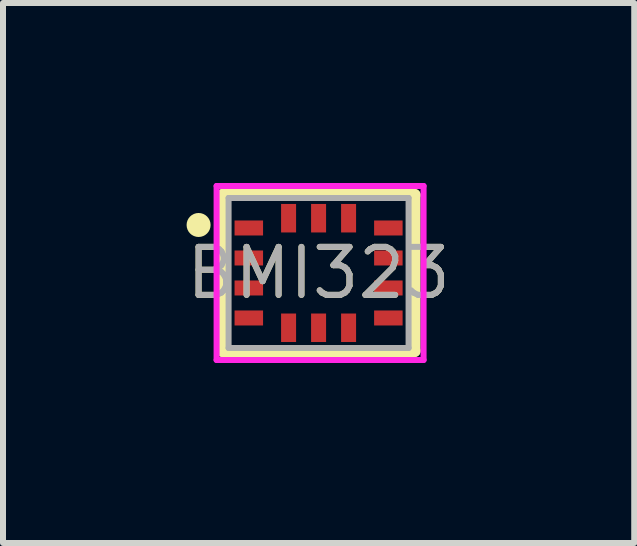
<source format=kicad_pcb>
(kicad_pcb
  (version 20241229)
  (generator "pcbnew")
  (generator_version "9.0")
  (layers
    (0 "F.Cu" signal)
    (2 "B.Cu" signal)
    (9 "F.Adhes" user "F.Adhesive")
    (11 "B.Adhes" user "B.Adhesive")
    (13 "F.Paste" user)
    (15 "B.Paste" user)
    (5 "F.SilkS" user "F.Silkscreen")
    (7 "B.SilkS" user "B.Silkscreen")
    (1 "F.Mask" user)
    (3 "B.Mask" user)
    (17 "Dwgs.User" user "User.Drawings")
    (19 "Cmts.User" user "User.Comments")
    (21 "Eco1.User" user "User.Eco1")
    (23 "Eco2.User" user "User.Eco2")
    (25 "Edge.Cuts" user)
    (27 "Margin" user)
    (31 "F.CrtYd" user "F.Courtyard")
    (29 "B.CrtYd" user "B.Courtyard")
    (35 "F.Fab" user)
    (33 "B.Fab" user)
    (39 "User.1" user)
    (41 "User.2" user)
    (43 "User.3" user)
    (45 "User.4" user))
  (footprint "BMI323"
    (layer "F.Cu")
    (at 2.26 1.5)
    (property "Reference" "BMI323" (at 0 0 0) (layer "F.SilkS") (effects (font (size 0.8 0.8) (thickness 0.1))))
    (attr smd)
    (fp_line (start -1.6 -1.3) (end 1.6 -1.3) (stroke (width 0.2) (type solid)) (layer "F.SilkS"))
    (fp_line (start -1.6 1.3) (end -1.6 -1.3) (stroke (width 0.2) (type solid)) (layer "F.SilkS"))
    (fp_line (start 1.6 -1.3) (end 1.6 1.3) (stroke (width 0.2) (type solid)) (layer "F.SilkS"))
    (fp_line (start 1.6 1.3) (end -1.6 1.3) (stroke (width 0.2) (type solid)) (layer "F.SilkS"))
    (fp_circle (center -2 -0.8) (end -2 -0.7) (stroke (width 0.2) (type solid)) (fill no) (layer "F.SilkS"))
    (fp_line (start -1.7 -1.45) (end 1.75 -1.45) (stroke (width 0.1) (type solid)) (layer "F.CrtYd"))
    (fp_line (start -1.7 1.45) (end -1.7 -1.45) (stroke (width 0.1) (type solid)) (layer "F.CrtYd"))
    (fp_line (start 1.75 -1.45) (end 1.75 1.45) (stroke (width 0.1) (type solid)) (layer "F.CrtYd"))
    (fp_line (start 1.75 1.45) (end -1.7 1.45) (stroke (width 0.1) (type solid)) (layer "F.CrtYd"))
    (fp_line (start -1.5 -1.25) (end 1.5 -1.25) (stroke (width 0.1) (type solid)) (layer "F.Fab"))
    (fp_line (start -1.5 1.25) (end -1.5 -1.25) (stroke (width 0.1) (type solid)) (layer "F.Fab"))
    (fp_line (start 1.5 -1.25) (end 1.5 1.25) (stroke (width 0.1) (type solid)) (layer "F.Fab"))
    (fp_line (start 1.5 1.25) (end -1.5 1.25) (stroke (width 0.1) (type solid)) (layer "F.Fab"))
    (fp_text user "${REFERENCE}" (at 0 0 0) (layer "F.Fab") (effects (font (size 0.8 0.8) (thickness 0.1))))
    (pad "1" smd rect (at -1.163 -0.75 90) (size 0.25 0.475) (layers "F.Cu" "F.Mask" "F.Paste"))
    (pad "2" smd rect (at -1.163 -0.25 90) (size 0.25 0.475) (layers "F.Cu" "F.Mask" "F.Paste"))
    (pad "3" smd rect (at -1.163 0.25 90) (size 0.25 0.475) (layers "F.Cu" "F.Mask" "F.Paste"))
    (pad "4" smd rect (at -1.163 0.75 90) (size 0.25 0.475) (layers "F.Cu" "F.Mask" "F.Paste"))
    (pad "5" smd rect (at -0.5 0.913) (size 0.25 0.475) (layers "F.Cu" "F.Mask" "F.Paste"))
    (pad "6" smd rect (at 0 0.913) (size 0.25 0.475) (layers "F.Cu" "F.Mask" "F.Paste"))
    (pad "7" smd rect (at 0.5 0.913) (size 0.25 0.475) (layers "F.Cu" "F.Mask" "F.Paste"))
    (pad "8" smd rect (at 1.163 0.75 90) (size 0.25 0.475) (layers "F.Cu" "F.Mask" "F.Paste"))
    (pad "9" smd rect (at 1.163 0.25 90) (size 0.25 0.475) (layers "F.Cu" "F.Mask" "F.Paste"))
    (pad "10" smd rect (at 1.163 -0.25 90) (size 0.25 0.475) (layers "F.Cu" "F.Mask" "F.Paste"))
    (pad "11" smd rect (at 1.163 -0.75 90) (size 0.25 0.475) (layers "F.Cu" "F.Mask" "F.Paste"))
    (pad "12" smd rect (at 0.5 -0.913) (size 0.25 0.475) (layers "F.Cu" "F.Mask" "F.Paste"))
    (pad "13" smd rect (at 0 -0.913) (size 0.25 0.475) (layers "F.Cu" "F.Mask" "F.Paste"))
    (pad "14" smd rect (at -0.5 -0.913) (size 0.25 0.475) (layers "F.Cu" "F.Mask" "F.Paste")))
  (gr_rect
    (start -3 -3)
    (end 7.521 6)
    (stroke (width 0.1) (type default))
    (fill no)
    (layer "Edge.Cuts")))
</source>
